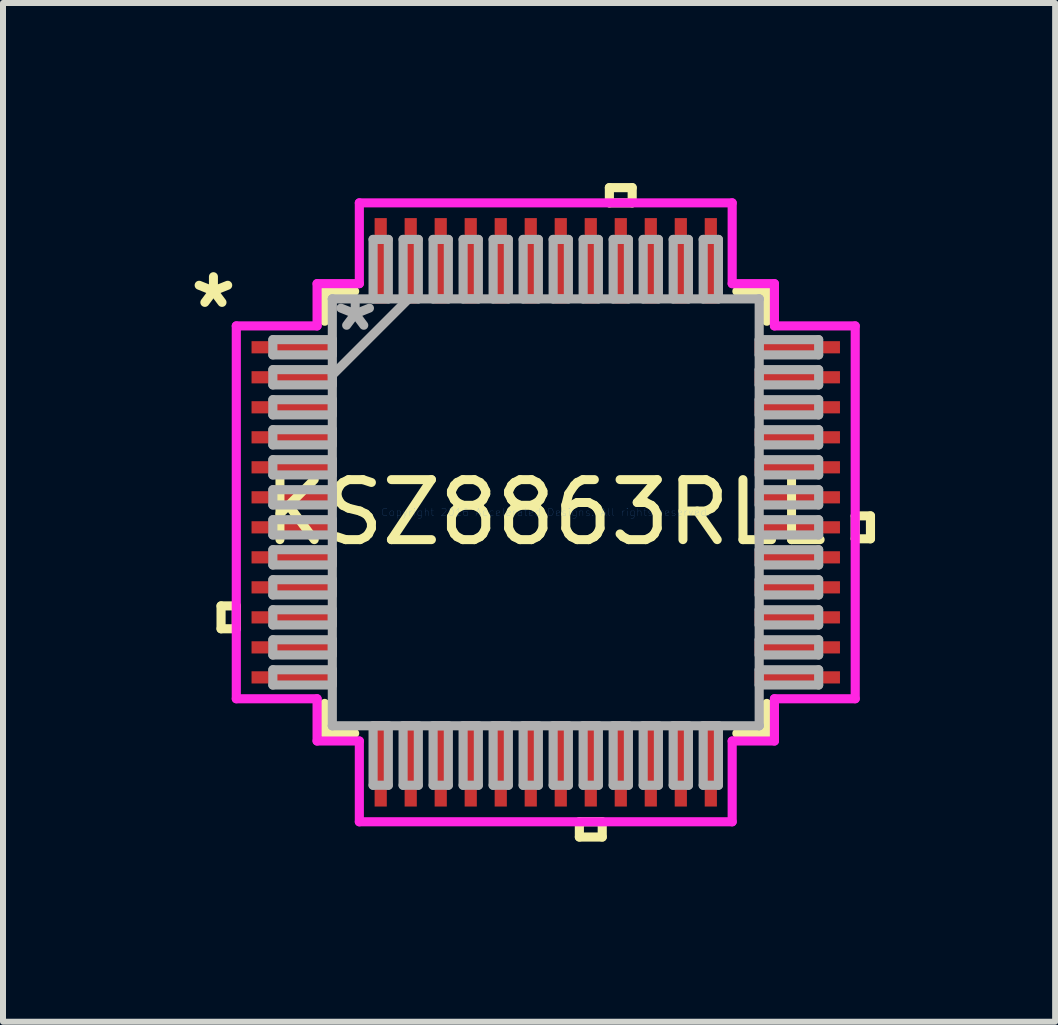
<source format=kicad_pcb>
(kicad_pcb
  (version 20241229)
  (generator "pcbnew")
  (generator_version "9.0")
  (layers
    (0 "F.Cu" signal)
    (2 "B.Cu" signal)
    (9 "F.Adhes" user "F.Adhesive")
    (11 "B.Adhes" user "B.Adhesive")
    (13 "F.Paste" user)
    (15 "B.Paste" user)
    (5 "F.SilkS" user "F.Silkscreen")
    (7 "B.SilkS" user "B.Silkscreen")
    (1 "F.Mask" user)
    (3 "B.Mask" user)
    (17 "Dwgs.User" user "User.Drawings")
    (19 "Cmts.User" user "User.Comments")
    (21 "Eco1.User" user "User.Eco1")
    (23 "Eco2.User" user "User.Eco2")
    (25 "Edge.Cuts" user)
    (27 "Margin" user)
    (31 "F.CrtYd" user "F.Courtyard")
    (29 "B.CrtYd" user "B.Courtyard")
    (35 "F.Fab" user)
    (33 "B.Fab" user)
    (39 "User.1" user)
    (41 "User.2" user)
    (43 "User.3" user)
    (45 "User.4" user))
  (footprint "KSZ8863RLL"
    (layer "F.Cu")
    (at 6.043 5.486)
    (property "Reference" "KSZ8863RLL" (at 0 0 0) (layer "F.SilkS") (effects (font (size 1 1) (thickness 0.15))))
    (attr through_hole)
    (fp_line (start -5.41 1.559) (end -5.41 1.94) (stroke (width 0.152) (type solid)) (layer "F.SilkS"))
    (fp_line (start -5.41 1.94) (end -5.156 1.94) (stroke (width 0.152) (type solid)) (layer "F.SilkS"))
    (fp_line (start -5.156 1.559) (end -5.41 1.559) (stroke (width 0.152) (type solid)) (layer "F.SilkS"))
    (fp_line (start -5.156 1.94) (end -5.156 1.559) (stroke (width 0.152) (type solid)) (layer "F.SilkS"))
    (fp_line (start -3.683 -3.683) (end -3.683 -3.184) (stroke (width 0.152) (type solid)) (layer "F.SilkS"))
    (fp_line (start -3.683 3.184) (end -3.683 3.683) (stroke (width 0.152) (type solid)) (layer "F.SilkS"))
    (fp_line (start -3.683 3.683) (end -3.184 3.683) (stroke (width 0.152) (type solid)) (layer "F.SilkS"))
    (fp_line (start -3.184 -3.683) (end -3.683 -3.683) (stroke (width 0.152) (type solid)) (layer "F.SilkS"))
    (fp_line (start 0.56 5.156) (end 0.56 5.41) (stroke (width 0.152) (type solid)) (layer "F.SilkS"))
    (fp_line (start 0.56 5.41) (end 0.941 5.41) (stroke (width 0.152) (type solid)) (layer "F.SilkS"))
    (fp_line (start 0.941 5.156) (end 0.56 5.156) (stroke (width 0.152) (type solid)) (layer "F.SilkS"))
    (fp_line (start 0.941 5.41) (end 0.941 5.156) (stroke (width 0.152) (type solid)) (layer "F.SilkS"))
    (fp_line (start 1.06 -5.41) (end 1.44 -5.41) (stroke (width 0.152) (type solid)) (layer "F.SilkS"))
    (fp_line (start 1.06 -5.156) (end 1.06 -5.41) (stroke (width 0.152) (type solid)) (layer "F.SilkS"))
    (fp_line (start 1.44 -5.41) (end 1.44 -5.156) (stroke (width 0.152) (type solid)) (layer "F.SilkS"))
    (fp_line (start 1.44 -5.156) (end 1.06 -5.156) (stroke (width 0.152) (type solid)) (layer "F.SilkS"))
    (fp_line (start 3.184 3.683) (end 3.683 3.683) (stroke (width 0.152) (type solid)) (layer "F.SilkS"))
    (fp_line (start 3.683 -3.683) (end 3.184 -3.683) (stroke (width 0.152) (type solid)) (layer "F.SilkS"))
    (fp_line (start 3.683 -3.184) (end 3.683 -3.683) (stroke (width 0.152) (type solid)) (layer "F.SilkS"))
    (fp_line (start 3.683 3.683) (end 3.683 3.184) (stroke (width 0.152) (type solid)) (layer "F.SilkS"))
    (fp_line (start 5.156 0.059) (end 5.41 0.059) (stroke (width 0.152) (type solid)) (layer "F.SilkS"))
    (fp_line (start 5.156 0.441) (end 5.156 0.059) (stroke (width 0.152) (type solid)) (layer "F.SilkS"))
    (fp_line (start 5.41 0.059) (end 5.41 0.441) (stroke (width 0.152) (type solid)) (layer "F.SilkS"))
    (fp_line (start 5.41 0.441) (end 5.156 0.441) (stroke (width 0.152) (type solid)) (layer "F.SilkS"))
    (fp_line (start -5.156 -3.106) (end -3.81 -3.106) (stroke (width 0.152) (type solid)) (layer "F.CrtYd"))
    (fp_line (start -5.156 3.106) (end -5.156 -3.106) (stroke (width 0.152) (type solid)) (layer "F.CrtYd"))
    (fp_line (start -3.81 -3.81) (end -3.106 -3.81) (stroke (width 0.152) (type solid)) (layer "F.CrtYd"))
    (fp_line (start -3.81 -3.106) (end -3.81 -3.81) (stroke (width 0.152) (type solid)) (layer "F.CrtYd"))
    (fp_line (start -3.81 3.106) (end -5.156 3.106) (stroke (width 0.152) (type solid)) (layer "F.CrtYd"))
    (fp_line (start -3.81 3.81) (end -3.81 3.106) (stroke (width 0.152) (type solid)) (layer "F.CrtYd"))
    (fp_line (start -3.106 -5.156) (end 3.106 -5.156) (stroke (width 0.152) (type solid)) (layer "F.CrtYd"))
    (fp_line (start -3.106 -3.81) (end -3.106 -5.156) (stroke (width 0.152) (type solid)) (layer "F.CrtYd"))
    (fp_line (start -3.106 3.81) (end -3.81 3.81) (stroke (width 0.152) (type solid)) (layer "F.CrtYd"))
    (fp_line (start -3.106 5.156) (end -3.106 3.81) (stroke (width 0.152) (type solid)) (layer "F.CrtYd"))
    (fp_line (start 3.106 -5.156) (end 3.106 -3.81) (stroke (width 0.152) (type solid)) (layer "F.CrtYd"))
    (fp_line (start 3.106 -3.81) (end 3.81 -3.81) (stroke (width 0.152) (type solid)) (layer "F.CrtYd"))
    (fp_line (start 3.106 3.81) (end 3.106 5.156) (stroke (width 0.152) (type solid)) (layer "F.CrtYd"))
    (fp_line (start 3.106 5.156) (end -3.106 5.156) (stroke (width 0.152) (type solid)) (layer "F.CrtYd"))
    (fp_line (start 3.81 -3.81) (end 3.81 -3.106) (stroke (width 0.152) (type solid)) (layer "F.CrtYd"))
    (fp_line (start 3.81 -3.106) (end 5.156 -3.106) (stroke (width 0.152) (type solid)) (layer "F.CrtYd"))
    (fp_line (start 3.81 3.106) (end 3.81 3.81) (stroke (width 0.152) (type solid)) (layer "F.CrtYd"))
    (fp_line (start 3.81 3.81) (end 3.106 3.81) (stroke (width 0.152) (type solid)) (layer "F.CrtYd"))
    (fp_line (start 5.156 -3.106) (end 5.156 3.106) (stroke (width 0.152) (type solid)) (layer "F.CrtYd"))
    (fp_line (start 5.156 3.106) (end 3.81 3.106) (stroke (width 0.152) (type solid)) (layer "F.CrtYd"))
    (fp_line (start -4.547 -2.877) (end -4.547 -2.623) (stroke (width 0.152) (type solid)) (layer "F.Fab"))
    (fp_line (start -4.547 -2.623) (end -3.556 -2.623) (stroke (width 0.152) (type solid)) (layer "F.Fab"))
    (fp_line (start -4.547 -2.377) (end -4.547 -2.123) (stroke (width 0.152) (type solid)) (layer "F.Fab"))
    (fp_line (start -4.547 -2.123) (end -3.556 -2.123) (stroke (width 0.152) (type solid)) (layer "F.Fab"))
    (fp_line (start -4.547 -1.877) (end -4.547 -1.623) (stroke (width 0.152) (type solid)) (layer "F.Fab"))
    (fp_line (start -4.547 -1.623) (end -3.556 -1.623) (stroke (width 0.152) (type solid)) (layer "F.Fab"))
    (fp_line (start -4.547 -1.377) (end -4.547 -1.123) (stroke (width 0.152) (type solid)) (layer "F.Fab"))
    (fp_line (start -4.547 -1.123) (end -3.556 -1.123) (stroke (width 0.152) (type solid)) (layer "F.Fab"))
    (fp_line (start -4.547 -0.877) (end -4.547 -0.623) (stroke (width 0.152) (type solid)) (layer "F.Fab"))
    (fp_line (start -4.547 -0.623) (end -3.556 -0.623) (stroke (width 0.152) (type solid)) (layer "F.Fab"))
    (fp_line (start -4.547 -0.377) (end -4.547 -0.123) (stroke (width 0.152) (type solid)) (layer "F.Fab"))
    (fp_line (start -4.547 -0.123) (end -3.556 -0.123) (stroke (width 0.152) (type solid)) (layer "F.Fab"))
    (fp_line (start -4.547 0.123) (end -4.547 0.377) (stroke (width 0.152) (type solid)) (layer "F.Fab"))
    (fp_line (start -4.547 0.377) (end -3.556 0.377) (stroke (width 0.152) (type solid)) (layer "F.Fab"))
    (fp_line (start -4.547 0.623) (end -4.547 0.877) (stroke (width 0.152) (type solid)) (layer "F.Fab"))
    (fp_line (start -4.547 0.877) (end -3.556 0.877) (stroke (width 0.152) (type solid)) (layer "F.Fab"))
    (fp_line (start -4.547 1.123) (end -4.547 1.377) (stroke (width 0.152) (type solid)) (layer "F.Fab"))
    (fp_line (start -4.547 1.377) (end -3.556 1.377) (stroke (width 0.152) (type solid)) (layer "F.Fab"))
    (fp_line (start -4.547 1.623) (end -4.547 1.877) (stroke (width 0.152) (type solid)) (layer "F.Fab"))
    (fp_line (start -4.547 1.877) (end -3.556 1.877) (stroke (width 0.152) (type solid)) (layer "F.Fab"))
    (fp_line (start -4.547 2.123) (end -4.547 2.377) (stroke (width 0.152) (type solid)) (layer "F.Fab"))
    (fp_line (start -4.547 2.377) (end -3.556 2.377) (stroke (width 0.152) (type solid)) (layer "F.Fab"))
    (fp_line (start -4.547 2.623) (end -4.547 2.877) (stroke (width 0.152) (type solid)) (layer "F.Fab"))
    (fp_line (start -4.547 2.877) (end -3.556 2.877) (stroke (width 0.152) (type solid)) (layer "F.Fab"))
    (fp_line (start -3.556 -3.556) (end -3.556 -3.556) (stroke (width 0.152) (type solid)) (layer "F.Fab"))
    (fp_line (start -3.556 -3.556) (end -3.556 3.556) (stroke (width 0.152) (type solid)) (layer "F.Fab"))
    (fp_line (start -3.556 -2.877) (end -4.547 -2.877) (stroke (width 0.152) (type solid)) (layer "F.Fab"))
    (fp_line (start -3.556 -2.623) (end -3.556 -2.877) (stroke (width 0.152) (type solid)) (layer "F.Fab"))
    (fp_line (start -3.556 -2.377) (end -4.547 -2.377) (stroke (width 0.152) (type solid)) (layer "F.Fab"))
    (fp_line (start -3.556 -2.286) (end -2.286 -3.556) (stroke (width 0.152) (type solid)) (layer "F.Fab"))
    (fp_line (start -3.556 -2.123) (end -3.556 -2.377) (stroke (width 0.152) (type solid)) (layer "F.Fab"))
    (fp_line (start -3.556 -1.877) (end -4.547 -1.877) (stroke (width 0.152) (type solid)) (layer "F.Fab"))
    (fp_line (start -3.556 -1.623) (end -3.556 -1.877) (stroke (width 0.152) (type solid)) (layer "F.Fab"))
    (fp_line (start -3.556 -1.377) (end -4.547 -1.377) (stroke (width 0.152) (type solid)) (layer "F.Fab"))
    (fp_line (start -3.556 -1.123) (end -3.556 -1.377) (stroke (width 0.152) (type solid)) (layer "F.Fab"))
    (fp_line (start -3.556 -0.877) (end -4.547 -0.877) (stroke (width 0.152) (type solid)) (layer "F.Fab"))
    (fp_line (start -3.556 -0.623) (end -3.556 -0.877) (stroke (width 0.152) (type solid)) (layer "F.Fab"))
    (fp_line (start -3.556 -0.377) (end -4.547 -0.377) (stroke (width 0.152) (type solid)) (layer "F.Fab"))
    (fp_line (start -3.556 -0.123) (end -3.556 -0.377) (stroke (width 0.152) (type solid)) (layer "F.Fab"))
    (fp_line (start -3.556 0.123) (end -4.547 0.123) (stroke (width 0.152) (type solid)) (layer "F.Fab"))
    (fp_line (start -3.556 0.377) (end -3.556 0.123) (stroke (width 0.152) (type solid)) (layer "F.Fab"))
    (fp_line (start -3.556 0.623) (end -4.547 0.623) (stroke (width 0.152) (type solid)) (layer "F.Fab"))
    (fp_line (start -3.556 0.877) (end -3.556 0.623) (stroke (width 0.152) (type solid)) (layer "F.Fab"))
    (fp_line (start -3.556 1.123) (end -4.547 1.123) (stroke (width 0.152) (type solid)) (layer "F.Fab"))
    (fp_line (start -3.556 1.377) (end -3.556 1.123) (stroke (width 0.152) (type solid)) (layer "F.Fab"))
    (fp_line (start -3.556 1.623) (end -4.547 1.623) (stroke (width 0.152) (type solid)) (layer "F.Fab"))
    (fp_line (start -3.556 1.877) (end -3.556 1.623) (stroke (width 0.152) (type solid)) (layer "F.Fab"))
    (fp_line (start -3.556 2.123) (end -4.547 2.123) (stroke (width 0.152) (type solid)) (layer "F.Fab"))
    (fp_line (start -3.556 2.377) (end -3.556 2.123) (stroke (width 0.152) (type solid)) (layer "F.Fab"))
    (fp_line (start -3.556 2.623) (end -4.547 2.623) (stroke (width 0.152) (type solid)) (layer "F.Fab"))
    (fp_line (start -3.556 2.877) (end -3.556 2.623) (stroke (width 0.152) (type solid)) (layer "F.Fab"))
    (fp_line (start -3.556 3.556) (end -3.556 3.556) (stroke (width 0.152) (type solid)) (layer "F.Fab"))
    (fp_line (start -3.556 3.556) (end 3.556 3.556) (stroke (width 0.152) (type solid)) (layer "F.Fab"))
    (fp_line (start -2.877 -4.547) (end -2.877 -3.556) (stroke (width 0.152) (type solid)) (layer "F.Fab"))
    (fp_line (start -2.877 -3.556) (end -2.623 -3.556) (stroke (width 0.152) (type solid)) (layer "F.Fab"))
    (fp_line (start -2.877 3.556) (end -2.877 4.547) (stroke (width 0.152) (type solid)) (layer "F.Fab"))
    (fp_line (start -2.877 4.547) (end -2.623 4.547) (stroke (width 0.152) (type solid)) (layer "F.Fab"))
    (fp_line (start -2.623 -4.547) (end -2.877 -4.547) (stroke (width 0.152) (type solid)) (layer "F.Fab"))
    (fp_line (start -2.623 -3.556) (end -2.623 -4.547) (stroke (width 0.152) (type solid)) (layer "F.Fab"))
    (fp_line (start -2.623 3.556) (end -2.877 3.556) (stroke (width 0.152) (type solid)) (layer "F.Fab"))
    (fp_line (start -2.623 4.547) (end -2.623 3.556) (stroke (width 0.152) (type solid)) (layer "F.Fab"))
    (fp_line (start -2.377 -4.547) (end -2.377 -3.556) (stroke (width 0.152) (type solid)) (layer "F.Fab"))
    (fp_line (start -2.377 -3.556) (end -2.123 -3.556) (stroke (width 0.152) (type solid)) (layer "F.Fab"))
    (fp_line (start -2.377 3.556) (end -2.377 4.547) (stroke (width 0.152) (type solid)) (layer "F.Fab"))
    (fp_line (start -2.377 4.547) (end -2.123 4.547) (stroke (width 0.152) (type solid)) (layer "F.Fab"))
    (fp_line (start -2.123 -4.547) (end -2.377 -4.547) (stroke (width 0.152) (type solid)) (layer "F.Fab"))
    (fp_line (start -2.123 -3.556) (end -2.123 -4.547) (stroke (width 0.152) (type solid)) (layer "F.Fab"))
    (fp_line (start -2.123 3.556) (end -2.377 3.556) (stroke (width 0.152) (type solid)) (layer "F.Fab"))
    (fp_line (start -2.123 4.547) (end -2.123 3.556) (stroke (width 0.152) (type solid)) (layer "F.Fab"))
    (fp_line (start -1.877 -4.547) (end -1.877 -3.556) (stroke (width 0.152) (type solid)) (layer "F.Fab"))
    (fp_line (start -1.877 -3.556) (end -1.623 -3.556) (stroke (width 0.152) (type solid)) (layer "F.Fab"))
    (fp_line (start -1.877 3.556) (end -1.877 4.547) (stroke (width 0.152) (type solid)) (layer "F.Fab"))
    (fp_line (start -1.877 4.547) (end -1.623 4.547) (stroke (width 0.152) (type solid)) (layer "F.Fab"))
    (fp_line (start -1.623 -4.547) (end -1.877 -4.547) (stroke (width 0.152) (type solid)) (layer "F.Fab"))
    (fp_line (start -1.623 -3.556) (end -1.623 -4.547) (stroke (width 0.152) (type solid)) (layer "F.Fab"))
    (fp_line (start -1.623 3.556) (end -1.877 3.556) (stroke (width 0.152) (type solid)) (layer "F.Fab"))
    (fp_line (start -1.623 4.547) (end -1.623 3.556) (stroke (width 0.152) (type solid)) (layer "F.Fab"))
    (fp_line (start -1.377 -4.547) (end -1.377 -3.556) (stroke (width 0.152) (type solid)) (layer "F.Fab"))
    (fp_line (start -1.377 -3.556) (end -1.123 -3.556) (stroke (width 0.152) (type solid)) (layer "F.Fab"))
    (fp_line (start -1.377 3.556) (end -1.377 4.547) (stroke (width 0.152) (type solid)) (layer "F.Fab"))
    (fp_line (start -1.377 4.547) (end -1.123 4.547) (stroke (width 0.152) (type solid)) (layer "F.Fab"))
    (fp_line (start -1.123 -4.547) (end -1.377 -4.547) (stroke (width 0.152) (type solid)) (layer "F.Fab"))
    (fp_line (start -1.123 -3.556) (end -1.123 -4.547) (stroke (width 0.152) (type solid)) (layer "F.Fab"))
    (fp_line (start -1.123 3.556) (end -1.377 3.556) (stroke (width 0.152) (type solid)) (layer "F.Fab"))
    (fp_line (start -1.123 4.547) (end -1.123 3.556) (stroke (width 0.152) (type solid)) (layer "F.Fab"))
    (fp_line (start -0.877 -4.547) (end -0.877 -3.556) (stroke (width 0.152) (type solid)) (layer "F.Fab"))
    (fp_line (start -0.877 -3.556) (end -0.623 -3.556) (stroke (width 0.152) (type solid)) (layer "F.Fab"))
    (fp_line (start -0.877 3.556) (end -0.877 4.547) (stroke (width 0.152) (type solid)) (layer "F.Fab"))
    (fp_line (start -0.877 4.547) (end -0.623 4.547) (stroke (width 0.152) (type solid)) (layer "F.Fab"))
    (fp_line (start -0.623 -4.547) (end -0.877 -4.547) (stroke (width 0.152) (type solid)) (layer "F.Fab"))
    (fp_line (start -0.623 -3.556) (end -0.623 -4.547) (stroke (width 0.152) (type solid)) (layer "F.Fab"))
    (fp_line (start -0.623 3.556) (end -0.877 3.556) (stroke (width 0.152) (type solid)) (layer "F.Fab"))
    (fp_line (start -0.623 4.547) (end -0.623 3.556) (stroke (width 0.152) (type solid)) (layer "F.Fab"))
    (fp_line (start -0.377 -4.547) (end -0.377 -3.556) (stroke (width 0.152) (type solid)) (layer "F.Fab"))
    (fp_line (start -0.377 -3.556) (end -0.123 -3.556) (stroke (width 0.152) (type solid)) (layer "F.Fab"))
    (fp_line (start -0.377 3.556) (end -0.377 4.547) (stroke (width 0.152) (type solid)) (layer "F.Fab"))
    (fp_line (start -0.377 4.547) (end -0.123 4.547) (stroke (width 0.152) (type solid)) (layer "F.Fab"))
    (fp_line (start -0.123 -4.547) (end -0.377 -4.547) (stroke (width 0.152) (type solid)) (layer "F.Fab"))
    (fp_line (start -0.123 -3.556) (end -0.123 -4.547) (stroke (width 0.152) (type solid)) (layer "F.Fab"))
    (fp_line (start -0.123 3.556) (end -0.377 3.556) (stroke (width 0.152) (type solid)) (layer "F.Fab"))
    (fp_line (start -0.123 4.547) (end -0.123 3.556) (stroke (width 0.152) (type solid)) (layer "F.Fab"))
    (fp_line (start 0.123 -4.547) (end 0.123 -3.556) (stroke (width 0.152) (type solid)) (layer "F.Fab"))
    (fp_line (start 0.123 -3.556) (end 0.377 -3.556) (stroke (width 0.152) (type solid)) (layer "F.Fab"))
    (fp_line (start 0.123 3.556) (end 0.123 4.547) (stroke (width 0.152) (type solid)) (layer "F.Fab"))
    (fp_line (start 0.123 4.547) (end 0.377 4.547) (stroke (width 0.152) (type solid)) (layer "F.Fab"))
    (fp_line (start 0.377 -4.547) (end 0.123 -4.547) (stroke (width 0.152) (type solid)) (layer "F.Fab"))
    (fp_line (start 0.377 -3.556) (end 0.377 -4.547) (stroke (width 0.152) (type solid)) (layer "F.Fab"))
    (fp_line (start 0.377 3.556) (end 0.123 3.556) (stroke (width 0.152) (type solid)) (layer "F.Fab"))
    (fp_line (start 0.377 4.547) (end 0.377 3.556) (stroke (width 0.152) (type solid)) (layer "F.Fab"))
    (fp_line (start 0.623 -4.547) (end 0.623 -3.556) (stroke (width 0.152) (type solid)) (layer "F.Fab"))
    (fp_line (start 0.623 -3.556) (end 0.877 -3.556) (stroke (width 0.152) (type solid)) (layer "F.Fab"))
    (fp_line (start 0.623 3.556) (end 0.623 4.547) (stroke (width 0.152) (type solid)) (layer "F.Fab"))
    (fp_line (start 0.623 4.547) (end 0.877 4.547) (stroke (width 0.152) (type solid)) (layer "F.Fab"))
    (fp_line (start 0.877 -4.547) (end 0.623 -4.547) (stroke (width 0.152) (type solid)) (layer "F.Fab"))
    (fp_line (start 0.877 -3.556) (end 0.877 -4.547) (stroke (width 0.152) (type solid)) (layer "F.Fab"))
    (fp_line (start 0.877 3.556) (end 0.623 3.556) (stroke (width 0.152) (type solid)) (layer "F.Fab"))
    (fp_line (start 0.877 4.547) (end 0.877 3.556) (stroke (width 0.152) (type solid)) (layer "F.Fab"))
    (fp_line (start 1.123 -4.547) (end 1.123 -3.556) (stroke (width 0.152) (type solid)) (layer "F.Fab"))
    (fp_line (start 1.123 -3.556) (end 1.377 -3.556) (stroke (width 0.152) (type solid)) (layer "F.Fab"))
    (fp_line (start 1.123 3.556) (end 1.123 4.547) (stroke (width 0.152) (type solid)) (layer "F.Fab"))
    (fp_line (start 1.123 4.547) (end 1.377 4.547) (stroke (width 0.152) (type solid)) (layer "F.Fab"))
    (fp_line (start 1.377 -4.547) (end 1.123 -4.547) (stroke (width 0.152) (type solid)) (layer "F.Fab"))
    (fp_line (start 1.377 -3.556) (end 1.377 -4.547) (stroke (width 0.152) (type solid)) (layer "F.Fab"))
    (fp_line (start 1.377 3.556) (end 1.123 3.556) (stroke (width 0.152) (type solid)) (layer "F.Fab"))
    (fp_line (start 1.377 4.547) (end 1.377 3.556) (stroke (width 0.152) (type solid)) (layer "F.Fab"))
    (fp_line (start 1.623 -4.547) (end 1.623 -3.556) (stroke (width 0.152) (type solid)) (layer "F.Fab"))
    (fp_line (start 1.623 -3.556) (end 1.877 -3.556) (stroke (width 0.152) (type solid)) (layer "F.Fab"))
    (fp_line (start 1.623 3.556) (end 1.623 4.547) (stroke (width 0.152) (type solid)) (layer "F.Fab"))
    (fp_line (start 1.623 4.547) (end 1.877 4.547) (stroke (width 0.152) (type solid)) (layer "F.Fab"))
    (fp_line (start 1.877 -4.547) (end 1.623 -4.547) (stroke (width 0.152) (type solid)) (layer "F.Fab"))
    (fp_line (start 1.877 -3.556) (end 1.877 -4.547) (stroke (width 0.152) (type solid)) (layer "F.Fab"))
    (fp_line (start 1.877 3.556) (end 1.623 3.556) (stroke (width 0.152) (type solid)) (layer "F.Fab"))
    (fp_line (start 1.877 4.547) (end 1.877 3.556) (stroke (width 0.152) (type solid)) (layer "F.Fab"))
    (fp_line (start 2.123 -4.547) (end 2.123 -3.556) (stroke (width 0.152) (type solid)) (layer "F.Fab"))
    (fp_line (start 2.123 -3.556) (end 2.377 -3.556) (stroke (width 0.152) (type solid)) (layer "F.Fab"))
    (fp_line (start 2.123 3.556) (end 2.123 4.547) (stroke (width 0.152) (type solid)) (layer "F.Fab"))
    (fp_line (start 2.123 4.547) (end 2.377 4.547) (stroke (width 0.152) (type solid)) (layer "F.Fab"))
    (fp_line (start 2.377 -4.547) (end 2.123 -4.547) (stroke (width 0.152) (type solid)) (layer "F.Fab"))
    (fp_line (start 2.377 -3.556) (end 2.377 -4.547) (stroke (width 0.152) (type solid)) (layer "F.Fab"))
    (fp_line (start 2.377 3.556) (end 2.123 3.556) (stroke (width 0.152) (type solid)) (layer "F.Fab"))
    (fp_line (start 2.377 4.547) (end 2.377 3.556) (stroke (width 0.152) (type solid)) (layer "F.Fab"))
    (fp_line (start 2.623 -4.547) (end 2.623 -3.556) (stroke (width 0.152) (type solid)) (layer "F.Fab"))
    (fp_line (start 2.623 -3.556) (end 2.877 -3.556) (stroke (width 0.152) (type solid)) (layer "F.Fab"))
    (fp_line (start 2.623 3.556) (end 2.623 4.547) (stroke (width 0.152) (type solid)) (layer "F.Fab"))
    (fp_line (start 2.623 4.547) (end 2.877 4.547) (stroke (width 0.152) (type solid)) (layer "F.Fab"))
    (fp_line (start 2.877 -4.547) (end 2.623 -4.547) (stroke (width 0.152) (type solid)) (layer "F.Fab"))
    (fp_line (start 2.877 -3.556) (end 2.877 -4.547) (stroke (width 0.152) (type solid)) (layer "F.Fab"))
    (fp_line (start 2.877 3.556) (end 2.623 3.556) (stroke (width 0.152) (type solid)) (layer "F.Fab"))
    (fp_line (start 2.877 4.547) (end 2.877 3.556) (stroke (width 0.152) (type solid)) (layer "F.Fab"))
    (fp_line (start 3.556 -3.556) (end -3.556 -3.556) (stroke (width 0.152) (type solid)) (layer "F.Fab"))
    (fp_line (start 3.556 -3.556) (end 3.556 -3.556) (stroke (width 0.152) (type solid)) (layer "F.Fab"))
    (fp_line (start 3.556 -2.877) (end 3.556 -2.623) (stroke (width 0.152) (type solid)) (layer "F.Fab"))
    (fp_line (start 3.556 -2.623) (end 4.547 -2.623) (stroke (width 0.152) (type solid)) (layer "F.Fab"))
    (fp_line (start 3.556 -2.377) (end 3.556 -2.123) (stroke (width 0.152) (type solid)) (layer "F.Fab"))
    (fp_line (start 3.556 -2.123) (end 4.547 -2.123) (stroke (width 0.152) (type solid)) (layer "F.Fab"))
    (fp_line (start 3.556 -1.877) (end 3.556 -1.623) (stroke (width 0.152) (type solid)) (layer "F.Fab"))
    (fp_line (start 3.556 -1.623) (end 4.547 -1.623) (stroke (width 0.152) (type solid)) (layer "F.Fab"))
    (fp_line (start 3.556 -1.377) (end 3.556 -1.123) (stroke (width 0.152) (type solid)) (layer "F.Fab"))
    (fp_line (start 3.556 -1.123) (end 4.547 -1.123) (stroke (width 0.152) (type solid)) (layer "F.Fab"))
    (fp_line (start 3.556 -0.877) (end 3.556 -0.623) (stroke (width 0.152) (type solid)) (layer "F.Fab"))
    (fp_line (start 3.556 -0.623) (end 4.547 -0.623) (stroke (width 0.152) (type solid)) (layer "F.Fab"))
    (fp_line (start 3.556 -0.377) (end 3.556 -0.123) (stroke (width 0.152) (type solid)) (layer "F.Fab"))
    (fp_line (start 3.556 -0.123) (end 4.547 -0.123) (stroke (width 0.152) (type solid)) (layer "F.Fab"))
    (fp_line (start 3.556 0.123) (end 3.556 0.377) (stroke (width 0.152) (type solid)) (layer "F.Fab"))
    (fp_line (start 3.556 0.377) (end 4.547 0.377) (stroke (width 0.152) (type solid)) (layer "F.Fab"))
    (fp_line (start 3.556 0.623) (end 3.556 0.877) (stroke (width 0.152) (type solid)) (layer "F.Fab"))
    (fp_line (start 3.556 0.877) (end 4.547 0.877) (stroke (width 0.152) (type solid)) (layer "F.Fab"))
    (fp_line (start 3.556 1.123) (end 3.556 1.377) (stroke (width 0.152) (type solid)) (layer "F.Fab"))
    (fp_line (start 3.556 1.377) (end 4.547 1.377) (stroke (width 0.152) (type solid)) (layer "F.Fab"))
    (fp_line (start 3.556 1.623) (end 3.556 1.877) (stroke (width 0.152) (type solid)) (layer "F.Fab"))
    (fp_line (start 3.556 1.877) (end 4.547 1.877) (stroke (width 0.152) (type solid)) (layer "F.Fab"))
    (fp_line (start 3.556 2.123) (end 3.556 2.377) (stroke (width 0.152) (type solid)) (layer "F.Fab"))
    (fp_line (start 3.556 2.377) (end 4.547 2.377) (stroke (width 0.152) (type solid)) (layer "F.Fab"))
    (fp_line (start 3.556 2.623) (end 3.556 2.877) (stroke (width 0.152) (type solid)) (layer "F.Fab"))
    (fp_line (start 3.556 2.877) (end 4.547 2.877) (stroke (width 0.152) (type solid)) (layer "F.Fab"))
    (fp_line (start 3.556 3.556) (end 3.556 -3.556) (stroke (width 0.152) (type solid)) (layer "F.Fab"))
    (fp_line (start 3.556 3.556) (end 3.556 3.556) (stroke (width 0.152) (type solid)) (layer "F.Fab"))
    (fp_line (start 4.547 -2.877) (end 3.556 -2.877) (stroke (width 0.152) (type solid)) (layer "F.Fab"))
    (fp_line (start 4.547 -2.623) (end 4.547 -2.877) (stroke (width 0.152) (type solid)) (layer "F.Fab"))
    (fp_line (start 4.547 -2.377) (end 3.556 -2.377) (stroke (width 0.152) (type solid)) (layer "F.Fab"))
    (fp_line (start 4.547 -2.123) (end 4.547 -2.377) (stroke (width 0.152) (type solid)) (layer "F.Fab"))
    (fp_line (start 4.547 -1.877) (end 3.556 -1.877) (stroke (width 0.152) (type solid)) (layer "F.Fab"))
    (fp_line (start 4.547 -1.623) (end 4.547 -1.877) (stroke (width 0.152) (type solid)) (layer "F.Fab"))
    (fp_line (start 4.547 -1.377) (end 3.556 -1.377) (stroke (width 0.152) (type solid)) (layer "F.Fab"))
    (fp_line (start 4.547 -1.123) (end 4.547 -1.377) (stroke (width 0.152) (type solid)) (layer "F.Fab"))
    (fp_line (start 4.547 -0.877) (end 3.556 -0.877) (stroke (width 0.152) (type solid)) (layer "F.Fab"))
    (fp_line (start 4.547 -0.623) (end 4.547 -0.877) (stroke (width 0.152) (type solid)) (layer "F.Fab"))
    (fp_line (start 4.547 -0.377) (end 3.556 -0.377) (stroke (width 0.152) (type solid)) (layer "F.Fab"))
    (fp_line (start 4.547 -0.123) (end 4.547 -0.377) (stroke (width 0.152) (type solid)) (layer "F.Fab"))
    (fp_line (start 4.547 0.123) (end 3.556 0.123) (stroke (width 0.152) (type solid)) (layer "F.Fab"))
    (fp_line (start 4.547 0.377) (end 4.547 0.123) (stroke (width 0.152) (type solid)) (layer "F.Fab"))
    (fp_line (start 4.547 0.623) (end 3.556 0.623) (stroke (width 0.152) (type solid)) (layer "F.Fab"))
    (fp_line (start 4.547 0.877) (end 4.547 0.623) (stroke (width 0.152) (type solid)) (layer "F.Fab"))
    (fp_line (start 4.547 1.123) (end 3.556 1.123) (stroke (width 0.152) (type solid)) (layer "F.Fab"))
    (fp_line (start 4.547 1.377) (end 4.547 1.123) (stroke (width 0.152) (type solid)) (layer "F.Fab"))
    (fp_line (start 4.547 1.623) (end 3.556 1.623) (stroke (width 0.152) (type solid)) (layer "F.Fab"))
    (fp_line (start 4.547 1.877) (end 4.547 1.623) (stroke (width 0.152) (type solid)) (layer "F.Fab"))
    (fp_line (start 4.547 2.123) (end 3.556 2.123) (stroke (width 0.152) (type solid)) (layer "F.Fab"))
    (fp_line (start 4.547 2.377) (end 4.547 2.123) (stroke (width 0.152) (type solid)) (layer "F.Fab"))
    (fp_line (start 4.547 2.623) (end 3.556 2.623) (stroke (width 0.152) (type solid)) (layer "F.Fab"))
    (fp_line (start 4.547 2.877) (end 4.547 2.623) (stroke (width 0.152) (type solid)) (layer "F.Fab"))
    (fp_text user "*" (at -5.537 -3.381 0) (layer "F.SilkS") (effects (font (size 1 1) (thickness 0.15))))
    (fp_text user "Copyright 2016 Accelerated Designs. All rights reserved." (at 0 0 0) (layer "Cmts.User") (effects (font (size 0.127 0.127) (thickness 0.002))))
    (fp_text user "*" (at -3.175 -3 0) (layer "F.Fab") (effects (font (size 1 1) (thickness 0.15))))
    (pad "1" smd rect (at -4.191 -2.75 90) (size 0.203 1.422) (layers "F.Cu" "F.Mask" "F.Paste"))
    (pad "2" smd rect (at -4.191 -2.25 90) (size 0.203 1.422) (layers "F.Cu" "F.Mask" "F.Paste"))
    (pad "3" smd rect (at -4.191 -1.75 90) (size 0.203 1.422) (layers "F.Cu" "F.Mask" "F.Paste"))
    (pad "4" smd rect (at -4.191 -1.25 90) (size 0.203 1.422) (layers "F.Cu" "F.Mask" "F.Paste"))
    (pad "5" smd rect (at -4.191 -0.75 90) (size 0.203 1.422) (layers "F.Cu" "F.Mask" "F.Paste"))
    (pad "6" smd rect (at -4.191 -0.25 90) (size 0.203 1.422) (layers "F.Cu" "F.Mask" "F.Paste"))
    (pad "7" smd rect (at -4.191 0.25 90) (size 0.203 1.422) (layers "F.Cu" "F.Mask" "F.Paste"))
    (pad "8" smd rect (at -4.191 0.75 90) (size 0.203 1.422) (layers "F.Cu" "F.Mask" "F.Paste"))
    (pad "9" smd rect (at -4.191 1.25 90) (size 0.203 1.422) (layers "F.Cu" "F.Mask" "F.Paste"))
    (pad "10" smd rect (at -4.191 1.75 90) (size 0.203 1.422) (layers "F.Cu" "F.Mask" "F.Paste"))
    (pad "11" smd rect (at -4.191 2.25 90) (size 0.203 1.422) (layers "F.Cu" "F.Mask" "F.Paste"))
    (pad "12" smd rect (at -4.191 2.75 90) (size 0.203 1.422) (layers "F.Cu" "F.Mask" "F.Paste"))
    (pad "13" smd rect (at -2.75 4.191) (size 0.203 1.422) (layers "F.Cu" "F.Mask" "F.Paste"))
    (pad "14" smd rect (at -2.25 4.191) (size 0.203 1.422) (layers "F.Cu" "F.Mask" "F.Paste"))
    (pad "15" smd rect (at -1.75 4.191) (size 0.203 1.422) (layers "F.Cu" "F.Mask" "F.Paste"))
    (pad "16" smd rect (at -1.25 4.191) (size 0.203 1.422) (layers "F.Cu" "F.Mask" "F.Paste"))
    (pad "17" smd rect (at -0.75 4.191) (size 0.203 1.422) (layers "F.Cu" "F.Mask" "F.Paste"))
    (pad "18" smd rect (at -0.25 4.191) (size 0.203 1.422) (layers "F.Cu" "F.Mask" "F.Paste"))
    (pad "19" smd rect (at 0.25 4.191) (size 0.203 1.422) (layers "F.Cu" "F.Mask" "F.Paste"))
    (pad "20" smd rect (at 0.75 4.191) (size 0.203 1.422) (layers "F.Cu" "F.Mask" "F.Paste"))
    (pad "21" smd rect (at 1.25 4.191) (size 0.203 1.422) (layers "F.Cu" "F.Mask" "F.Paste"))
    (pad "22" smd rect (at 1.75 4.191) (size 0.203 1.422) (layers "F.Cu" "F.Mask" "F.Paste"))
    (pad "23" smd rect (at 2.25 4.191) (size 0.203 1.422) (layers "F.Cu" "F.Mask" "F.Paste"))
    (pad "24" smd rect (at 2.75 4.191) (size 0.203 1.422) (layers "F.Cu" "F.Mask" "F.Paste"))
    (pad "25" smd rect (at 4.191 2.75 90) (size 0.203 1.422) (layers "F.Cu" "F.Mask" "F.Paste"))
    (pad "26" smd rect (at 4.191 2.25 90) (size 0.203 1.422) (layers "F.Cu" "F.Mask" "F.Paste"))
    (pad "27" smd rect (at 4.191 1.75 90) (size 0.203 1.422) (layers "F.Cu" "F.Mask" "F.Paste"))
    (pad "28" smd rect (at 4.191 1.25 90) (size 0.203 1.422) (layers "F.Cu" "F.Mask" "F.Paste"))
    (pad "29" smd rect (at 4.191 0.75 90) (size 0.203 1.422) (layers "F.Cu" "F.Mask" "F.Paste"))
    (pad "30" smd rect (at 4.191 0.25 90) (size 0.203 1.422) (layers "F.Cu" "F.Mask" "F.Paste"))
    (pad "31" smd rect (at 4.191 -0.25 90) (size 0.203 1.422) (layers "F.Cu" "F.Mask" "F.Paste"))
    (pad "32" smd rect (at 4.191 -0.75 90) (size 0.203 1.422) (layers "F.Cu" "F.Mask" "F.Paste"))
    (pad "33" smd rect (at 4.191 -1.25 90) (size 0.203 1.422) (layers "F.Cu" "F.Mask" "F.Paste"))
    (pad "34" smd rect (at 4.191 -1.75 90) (size 0.203 1.422) (layers "F.Cu" "F.Mask" "F.Paste"))
    (pad "35" smd rect (at 4.191 -2.25 90) (size 0.203 1.422) (layers "F.Cu" "F.Mask" "F.Paste"))
    (pad "36" smd rect (at 4.191 -2.75 90) (size 0.203 1.422) (layers "F.Cu" "F.Mask" "F.Paste"))
    (pad "37" smd rect (at 2.75 -4.191) (size 0.203 1.422) (layers "F.Cu" "F.Mask" "F.Paste"))
    (pad "38" smd rect (at 2.25 -4.191) (size 0.203 1.422) (layers "F.Cu" "F.Mask" "F.Paste"))
    (pad "39" smd rect (at 1.75 -4.191) (size 0.203 1.422) (layers "F.Cu" "F.Mask" "F.Paste"))
    (pad "40" smd rect (at 1.25 -4.191) (size 0.203 1.422) (layers "F.Cu" "F.Mask" "F.Paste"))
    (pad "41" smd rect (at 0.75 -4.191) (size 0.203 1.422) (layers "F.Cu" "F.Mask" "F.Paste"))
    (pad "42" smd rect (at 0.25 -4.191) (size 0.203 1.422) (layers "F.Cu" "F.Mask" "F.Paste"))
    (pad "43" smd rect (at -0.25 -4.191) (size 0.203 1.422) (layers "F.Cu" "F.Mask" "F.Paste"))
    (pad "44" smd rect (at -0.75 -4.191) (size 0.203 1.422) (layers "F.Cu" "F.Mask" "F.Paste"))
    (pad "45" smd rect (at -1.25 -4.191) (size 0.203 1.422) (layers "F.Cu" "F.Mask" "F.Paste"))
    (pad "46" smd rect (at -1.75 -4.191) (size 0.203 1.422) (layers "F.Cu" "F.Mask" "F.Paste"))
    (pad "47" smd rect (at -2.25 -4.191) (size 0.203 1.422) (layers "F.Cu" "F.Mask" "F.Paste"))
    (pad "48" smd rect (at -2.75 -4.191) (size 0.203 1.422) (layers "F.Cu" "F.Mask" "F.Paste")))
  (gr_rect
    (start -3 -3)
    (end 14.53 13.973)
    (stroke (width 0.1) (type default))
    (fill no)
    (layer "Edge.Cuts")))
</source>
